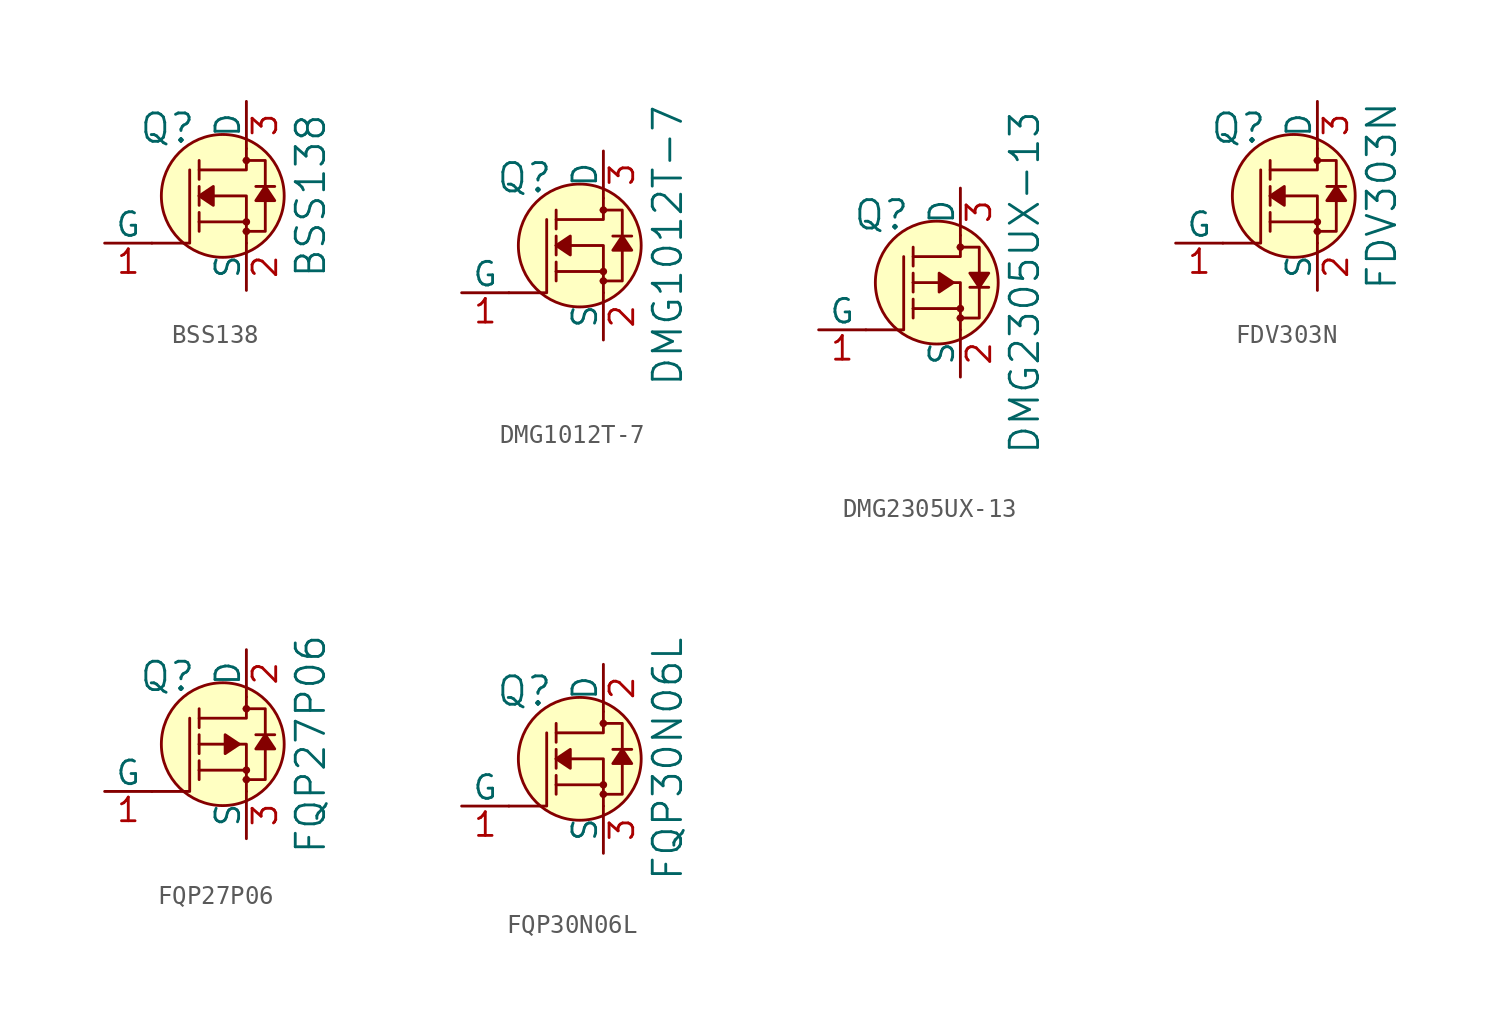
<source format=kicad_sym>
(kicad_symbol_lib
  (version 20201005)
  (generator kicad_symbol_editor)
  (symbol "BSS138"
    (pin_names
      (offset 0))
    (property "Reference" "Q"
      (at -2.692 3.632 0)
      (effects (font (size 1.524 1.524)) (justify right)))
    (property "Value" "BSS138"
      (at 3.454 0 90)
      (effects (font (size 1.524 1.524))))
    (symbol "BSS138_0_1"
      (circle (center -1.27 0) (radius 3.302) (stroke (width 0)) (fill (type background)))
      (circle (center 0 -1.905) (radius 0.127) (stroke (width 0)) (fill (type none)))
      (circle (center 0 -1.397) (radius 0.127) (stroke (width 0)) (fill (type none)))
      (circle (center 0 1.905) (radius 0.127) (stroke (width 0)) (fill (type none)))
      (polyline (pts (xy 0 -1.397) (xy -2.54 -1.397)) (stroke (width 0)) (fill (type none)))
      (polyline (pts (xy -5.08 -2.54) (xy -3.048 -2.54) (xy -3.048 1.397)) (stroke (width 0)) (fill (type none)))
      (polyline (pts (xy 0 -2.54) (xy 0 0) (xy -2.54 0)) (stroke (width 0)) (fill (type none)))
      (polyline (pts (xy 0 2.54) (xy 0 1.397) (xy -2.54 1.397)) (stroke (width 0)) (fill (type none)))
      (polyline (pts (xy -0.127 -1.905) (xy 1.016 -1.905) (xy 1.016 1.397) (xy 1.016 1.905) (xy -0.127 1.905)) (stroke (width 0)) (fill (type none))))
    (symbol "BSS138_1_1"
      (polyline (pts (xy -2.54 -1.397) (xy -2.54 -1.905)) (stroke (width 0)) (fill (type none)))
      (polyline (pts (xy -2.54 -1.397) (xy -2.54 -0.889)) (stroke (width 0)) (fill (type none)))
      (polyline (pts (xy -2.54 0) (xy -2.54 -0.508)) (stroke (width 0)) (fill (type none)))
      (polyline (pts (xy -2.54 0) (xy -2.54 0.508)) (stroke (width 0)) (fill (type none)))
      (polyline (pts (xy -2.54 1.905) (xy -2.54 0.889)) (stroke (width 0)) (fill (type none)))
      (polyline (pts (xy 1.524 0.508) (xy 0.508 0.508)) (stroke (width 0)) (fill (type none)))
      (polyline (pts (xy -2.54 0) (xy -1.778 0.508) (xy -1.778 -0.508) (xy -2.54 0)) (stroke (width 0)) (fill (type outline)))
      (polyline (pts (xy 1.016 0.508) (xy 0.508 -0.254) (xy 1.524 -0.254) (xy 1.016 0.508)) (stroke (width 0)) (fill (type outline)))
      (pin bidirectional line (at -7.62 -2.54 0) (length 2.54) (name "G" (effects (font (size 1.27 1.27)))) (number "1" (effects (font (size 1.27 1.27)))))
      (pin bidirectional line (at 0 -5.08 90) (length 2.54) (name "S" (effects (font (size 1.27 1.27)))) (number "2" (effects (font (size 1.27 1.27)))))
      (pin bidirectional line (at 0 5.08 270) (length 2.54) (name "D" (effects (font (size 1.27 1.27)))) (number "3" (effects (font (size 1.27 1.27)))))))
  (symbol "DMG1012T-7"
    (pin_names
      (offset 0))
    (property "Reference" "Q"
      (at -2.692 3.632 0)
      (effects (font (size 1.524 1.524)) (justify right)))
    (property "Value" "DMG1012T-7"
      (at 3.454 0 90)
      (effects (font (size 1.524 1.524))))
    (symbol "DMG1012T-7_0_1"
      (circle (center -1.27 0) (radius 3.302) (stroke (width 0)) (fill (type background)))
      (circle (center 0 -1.905) (radius 0.127) (stroke (width 0)) (fill (type none)))
      (circle (center 0 -1.397) (radius 0.127) (stroke (width 0)) (fill (type none)))
      (circle (center 0 1.905) (radius 0.127) (stroke (width 0)) (fill (type none)))
      (polyline (pts (xy 0 -1.397) (xy -2.54 -1.397)) (stroke (width 0)) (fill (type none)))
      (polyline (pts (xy -5.08 -2.54) (xy -3.048 -2.54) (xy -3.048 1.397)) (stroke (width 0)) (fill (type none)))
      (polyline (pts (xy 0 -2.54) (xy 0 0) (xy -2.54 0)) (stroke (width 0)) (fill (type none)))
      (polyline (pts (xy 0 2.54) (xy 0 1.397) (xy -2.54 1.397)) (stroke (width 0)) (fill (type none)))
      (polyline (pts (xy -0.127 -1.905) (xy 1.016 -1.905) (xy 1.016 1.397) (xy 1.016 1.905) (xy -0.127 1.905)) (stroke (width 0)) (fill (type none))))
    (symbol "DMG1012T-7_1_1"
      (polyline (pts (xy -2.54 -1.397) (xy -2.54 -1.905)) (stroke (width 0)) (fill (type none)))
      (polyline (pts (xy -2.54 -1.397) (xy -2.54 -0.889)) (stroke (width 0)) (fill (type none)))
      (polyline (pts (xy -2.54 0) (xy -2.54 -0.508)) (stroke (width 0)) (fill (type none)))
      (polyline (pts (xy -2.54 0) (xy -2.54 0.508)) (stroke (width 0)) (fill (type none)))
      (polyline (pts (xy -2.54 1.905) (xy -2.54 0.889)) (stroke (width 0)) (fill (type none)))
      (polyline (pts (xy 1.524 0.508) (xy 0.508 0.508)) (stroke (width 0)) (fill (type none)))
      (polyline (pts (xy -2.54 0) (xy -1.778 0.508) (xy -1.778 -0.508) (xy -2.54 0)) (stroke (width 0)) (fill (type outline)))
      (polyline (pts (xy 1.016 0.508) (xy 0.508 -0.254) (xy 1.524 -0.254) (xy 1.016 0.508)) (stroke (width 0)) (fill (type outline)))
      (pin bidirectional line (at -7.62 -2.54 0) (length 2.54) (name "G" (effects (font (size 1.27 1.27)))) (number "1" (effects (font (size 1.27 1.27)))))
      (pin bidirectional line (at 0 -5.08 90) (length 2.54) (name "S" (effects (font (size 1.27 1.27)))) (number "2" (effects (font (size 1.27 1.27)))))
      (pin bidirectional line (at 0 5.08 270) (length 2.54) (name "D" (effects (font (size 1.27 1.27)))) (number "3" (effects (font (size 1.27 1.27)))))))
  (symbol "DMG2305UX-13"
    (pin_names
      (offset 0))
    (property "Reference" "Q"
      (at -2.692 3.632 0)
      (effects (font (size 1.524 1.524)) (justify right)))
    (property "Value" "DMG2305UX-13"
      (at 3.454 0 90)
      (effects (font (size 1.524 1.524))))
    (symbol "DMG2305UX-13_0_1"
      (circle (center -1.27 0) (radius 3.302) (stroke (width 0)) (fill (type background)))
      (circle (center 0 -1.905) (radius 0.127) (stroke (width 0)) (fill (type none)))
      (circle (center 0 -1.397) (radius 0.127) (stroke (width 0)) (fill (type none)))
      (circle (center 0 1.905) (radius 0.127) (stroke (width 0)) (fill (type none)))
      (polyline (pts (xy 0 -1.397) (xy -2.54 -1.397)) (stroke (width 0)) (fill (type none)))
      (polyline (pts (xy -5.08 -2.54) (xy -3.048 -2.54) (xy -3.048 1.397)) (stroke (width 0)) (fill (type none)))
      (polyline (pts (xy 0 -2.54) (xy 0 0) (xy -2.54 0)) (stroke (width 0)) (fill (type none)))
      (polyline (pts (xy 0 2.54) (xy 0 1.397) (xy -2.54 1.397)) (stroke (width 0)) (fill (type none)))
      (polyline (pts (xy -0.127 -1.905) (xy 1.016 -1.905) (xy 1.016 1.397) (xy 1.016 1.905) (xy -0.127 1.905)) (stroke (width 0)) (fill (type none))))
    (symbol "DMG2305UX-13_1_1"
      (polyline (pts (xy -2.54 -1.397) (xy -2.54 -1.905)) (stroke (width 0)) (fill (type none)))
      (polyline (pts (xy -2.54 -1.397) (xy -2.54 -0.889)) (stroke (width 0)) (fill (type none)))
      (polyline (pts (xy -2.54 0) (xy -2.54 -0.508)) (stroke (width 0)) (fill (type none)))
      (polyline (pts (xy -2.54 0) (xy -2.54 0.508)) (stroke (width 0)) (fill (type none)))
      (polyline (pts (xy -2.54 1.905) (xy -2.54 0.889)) (stroke (width 0)) (fill (type none)))
      (polyline (pts (xy 1.524 -0.254) (xy 0.508 -0.254)) (stroke (width 0)) (fill (type none)))
      (polyline (pts (xy -0.381 0) (xy -1.143 0.508) (xy -1.143 -0.508) (xy -0.381 0)) (stroke (width 0)) (fill (type outline)))
      (polyline (pts (xy 1.016 -0.254) (xy 1.524 0.508) (xy 0.508 0.508) (xy 1.016 -0.254)) (stroke (width 0)) (fill (type outline)))
      (pin bidirectional line (at -7.62 -2.54 0) (length 2.54) (name "G" (effects (font (size 1.27 1.27)))) (number "1" (effects (font (size 1.27 1.27)))))
      (pin bidirectional line (at 0 -5.08 90) (length 2.54) (name "S" (effects (font (size 1.27 1.27)))) (number "2" (effects (font (size 1.27 1.27)))))
      (pin bidirectional line (at 0 5.08 270) (length 2.54) (name "D" (effects (font (size 1.27 1.27)))) (number "3" (effects (font (size 1.27 1.27)))))))
  (symbol "FDV303N"
    (pin_names
      (offset 0))
    (property "Reference" "Q"
      (at -2.692 3.632 0)
      (effects (font (size 1.524 1.524)) (justify right)))
    (property "Value" "FDV303N"
      (at 3.454 0 90)
      (effects (font (size 1.524 1.524))))
    (symbol "FDV303N_0_1"
      (circle (center -1.27 0) (radius 3.302) (stroke (width 0)) (fill (type background)))
      (circle (center 0 -1.905) (radius 0.127) (stroke (width 0)) (fill (type none)))
      (circle (center 0 -1.397) (radius 0.127) (stroke (width 0)) (fill (type none)))
      (circle (center 0 1.905) (radius 0.127) (stroke (width 0)) (fill (type none)))
      (polyline (pts (xy 0 -1.397) (xy -2.54 -1.397)) (stroke (width 0)) (fill (type none)))
      (polyline (pts (xy -5.08 -2.54) (xy -3.048 -2.54) (xy -3.048 1.397)) (stroke (width 0)) (fill (type none)))
      (polyline (pts (xy 0 -2.54) (xy 0 0) (xy -2.54 0)) (stroke (width 0)) (fill (type none)))
      (polyline (pts (xy 0 2.54) (xy 0 1.397) (xy -2.54 1.397)) (stroke (width 0)) (fill (type none)))
      (polyline (pts (xy -0.127 -1.905) (xy 1.016 -1.905) (xy 1.016 1.397) (xy 1.016 1.905) (xy -0.127 1.905)) (stroke (width 0)) (fill (type none))))
    (symbol "FDV303N_1_1"
      (polyline (pts (xy -2.54 -1.397) (xy -2.54 -1.905)) (stroke (width 0)) (fill (type none)))
      (polyline (pts (xy -2.54 -1.397) (xy -2.54 -0.889)) (stroke (width 0)) (fill (type none)))
      (polyline (pts (xy -2.54 0) (xy -2.54 -0.508)) (stroke (width 0)) (fill (type none)))
      (polyline (pts (xy -2.54 0) (xy -2.54 0.508)) (stroke (width 0)) (fill (type none)))
      (polyline (pts (xy -2.54 1.905) (xy -2.54 0.889)) (stroke (width 0)) (fill (type none)))
      (polyline (pts (xy 1.524 0.508) (xy 0.508 0.508)) (stroke (width 0)) (fill (type none)))
      (polyline (pts (xy -2.54 0) (xy -1.778 0.508) (xy -1.778 -0.508) (xy -2.54 0)) (stroke (width 0)) (fill (type outline)))
      (polyline (pts (xy 1.016 0.508) (xy 0.508 -0.254) (xy 1.524 -0.254) (xy 1.016 0.508)) (stroke (width 0)) (fill (type outline)))
      (pin bidirectional line (at -7.62 -2.54 0) (length 2.54) (name "G" (effects (font (size 1.27 1.27)))) (number "1" (effects (font (size 1.27 1.27)))))
      (pin bidirectional line (at 0 -5.08 90) (length 2.54) (name "S" (effects (font (size 1.27 1.27)))) (number "2" (effects (font (size 1.27 1.27)))))
      (pin bidirectional line (at 0 5.08 270) (length 2.54) (name "D" (effects (font (size 1.27 1.27)))) (number "3" (effects (font (size 1.27 1.27)))))))
  (symbol "FQP27P06"
    (pin_names
      (offset 0))
    (property "Reference" "Q"
      (at -2.692 3.632 0)
      (effects (font (size 1.524 1.524)) (justify right)))
    (property "Value" "FQP27P06"
      (at 3.454 0 90)
      (effects (font (size 1.524 1.524))))
    (symbol "FQP27P06_0_1"
      (circle (center -1.27 0) (radius 3.302) (stroke (width 0)) (fill (type background)))
      (circle (center 0 -1.905) (radius 0.127) (stroke (width 0)) (fill (type none)))
      (circle (center 0 -1.397) (radius 0.127) (stroke (width 0)) (fill (type none)))
      (circle (center 0 1.905) (radius 0.127) (stroke (width 0)) (fill (type none)))
      (polyline (pts (xy 0 -1.397) (xy -2.54 -1.397)) (stroke (width 0)) (fill (type none)))
      (polyline (pts (xy -5.08 -2.54) (xy -3.048 -2.54) (xy -3.048 1.397)) (stroke (width 0)) (fill (type none)))
      (polyline (pts (xy 0 -2.54) (xy 0 0) (xy -2.54 0)) (stroke (width 0)) (fill (type none)))
      (polyline (pts (xy 0 2.54) (xy 0 1.397) (xy -2.54 1.397)) (stroke (width 0)) (fill (type none)))
      (polyline (pts (xy -0.127 -1.905) (xy 1.016 -1.905) (xy 1.016 1.397) (xy 1.016 1.905) (xy -0.127 1.905)) (stroke (width 0)) (fill (type none))))
    (symbol "FQP27P06_1_1"
      (polyline (pts (xy -2.54 -1.397) (xy -2.54 -1.905)) (stroke (width 0)) (fill (type none)))
      (polyline (pts (xy -2.54 -1.397) (xy -2.54 -0.889)) (stroke (width 0)) (fill (type none)))
      (polyline (pts (xy -2.54 0) (xy -2.54 -0.508)) (stroke (width 0)) (fill (type none)))
      (polyline (pts (xy -2.54 0) (xy -2.54 0.508)) (stroke (width 0)) (fill (type none)))
      (polyline (pts (xy -2.54 1.905) (xy -2.54 0.889)) (stroke (width 0)) (fill (type none)))
      (polyline (pts (xy 1.524 0.508) (xy 0.508 0.508)) (stroke (width 0)) (fill (type none)))
      (polyline (pts (xy -0.381 0) (xy -1.143 0.508) (xy -1.143 -0.508) (xy -0.381 0)) (stroke (width 0)) (fill (type outline)))
      (polyline (pts (xy 1.016 0.508) (xy 0.508 -0.254) (xy 1.524 -0.254) (xy 1.016 0.508)) (stroke (width 0)) (fill (type outline)))
      (pin bidirectional line (at -7.62 -2.54 0) (length 2.54) (name "G" (effects (font (size 1.27 1.27)))) (number "1" (effects (font (size 1.27 1.27)))))
      (pin bidirectional line (at 0 5.08 270) (length 2.54) (name "D" (effects (font (size 1.27 1.27)))) (number "2" (effects (font (size 1.27 1.27)))))
      (pin bidirectional line (at 0 -5.08 90) (length 2.54) (name "S" (effects (font (size 1.27 1.27)))) (number "3" (effects (font (size 1.27 1.27)))))))
  (symbol "FQP30N06L"
    (pin_names
      (offset 0))
    (property "Reference" "Q"
      (at -2.692 3.632 0)
      (effects (font (size 1.524 1.524)) (justify right)))
    (property "Value" "FQP30N06L"
      (at 3.454 0 90)
      (effects (font (size 1.524 1.524))))
    (symbol "FQP30N06L_0_1"
      (circle (center -1.27 0) (radius 3.302) (stroke (width 0)) (fill (type background)))
      (circle (center 0 -1.905) (radius 0.127) (stroke (width 0)) (fill (type none)))
      (circle (center 0 -1.397) (radius 0.127) (stroke (width 0)) (fill (type none)))
      (circle (center 0 1.905) (radius 0.127) (stroke (width 0)) (fill (type none)))
      (polyline (pts (xy 0 -1.397) (xy -2.54 -1.397)) (stroke (width 0)) (fill (type none)))
      (polyline (pts (xy -5.08 -2.54) (xy -3.048 -2.54) (xy -3.048 1.397)) (stroke (width 0)) (fill (type none)))
      (polyline (pts (xy 0 -2.54) (xy 0 0) (xy -2.54 0)) (stroke (width 0)) (fill (type none)))
      (polyline (pts (xy 0 2.54) (xy 0 1.397) (xy -2.54 1.397)) (stroke (width 0)) (fill (type none)))
      (polyline (pts (xy -0.127 -1.905) (xy 1.016 -1.905) (xy 1.016 1.397) (xy 1.016 1.905) (xy -0.127 1.905)) (stroke (width 0)) (fill (type none))))
    (symbol "FQP30N06L_1_1"
      (polyline (pts (xy -2.54 -1.397) (xy -2.54 -1.905)) (stroke (width 0)) (fill (type none)))
      (polyline (pts (xy -2.54 -1.397) (xy -2.54 -0.889)) (stroke (width 0)) (fill (type none)))
      (polyline (pts (xy -2.54 0) (xy -2.54 -0.508)) (stroke (width 0)) (fill (type none)))
      (polyline (pts (xy -2.54 0) (xy -2.54 0.508)) (stroke (width 0)) (fill (type none)))
      (polyline (pts (xy -2.54 1.905) (xy -2.54 0.889)) (stroke (width 0)) (fill (type none)))
      (polyline (pts (xy 1.524 0.508) (xy 0.508 0.508)) (stroke (width 0)) (fill (type none)))
      (polyline (pts (xy -2.54 0) (xy -1.778 0.508) (xy -1.778 -0.508) (xy -2.54 0)) (stroke (width 0)) (fill (type outline)))
      (polyline (pts (xy 1.016 0.508) (xy 0.508 -0.254) (xy 1.524 -0.254) (xy 1.016 0.508)) (stroke (width 0)) (fill (type outline)))
      (pin bidirectional line (at -7.62 -2.54 0) (length 2.54) (name "G" (effects (font (size 1.27 1.27)))) (number "1" (effects (font (size 1.27 1.27)))))
      (pin bidirectional line (at 0 5.08 270) (length 2.54) (name "D" (effects (font (size 1.27 1.27)))) (number "2" (effects (font (size 1.27 1.27)))))
      (pin bidirectional line (at 0 -5.08 90) (length 2.54) (name "S" (effects (font (size 1.27 1.27)))) (number "3" (effects (font (size 1.27 1.27))))))))
</source>
